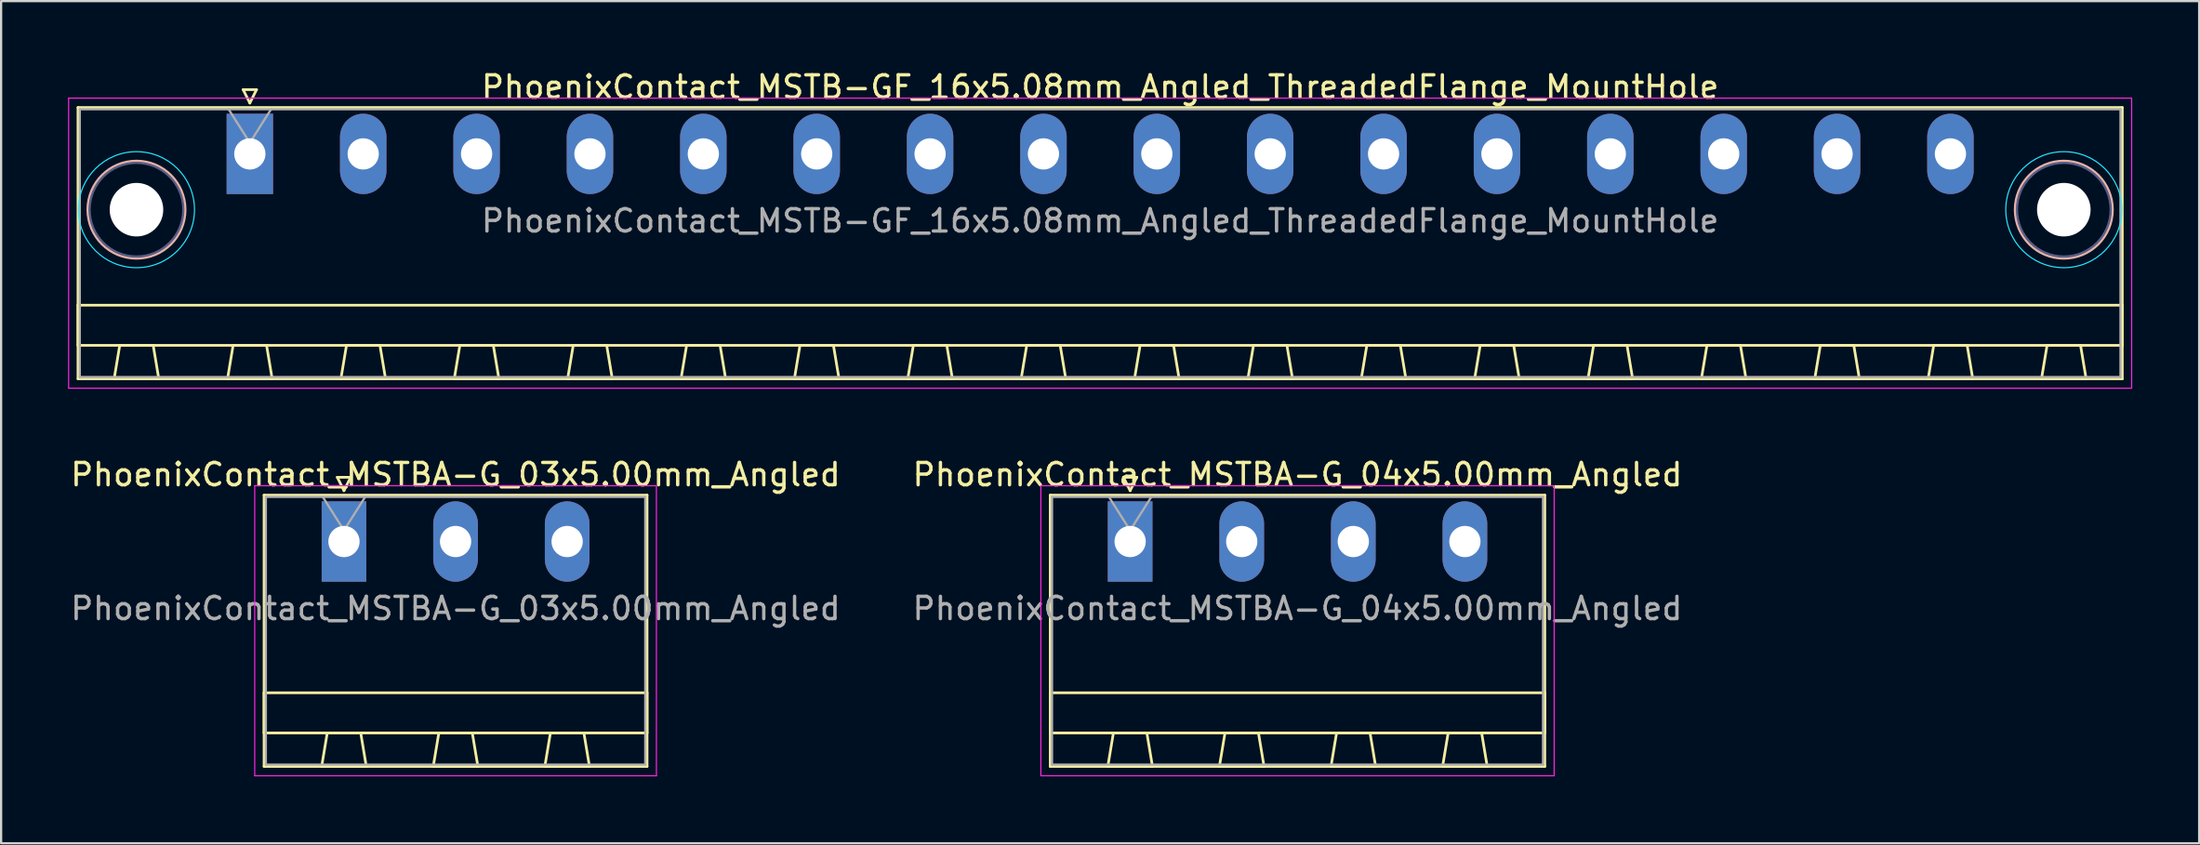
<source format=kicad_pcb>
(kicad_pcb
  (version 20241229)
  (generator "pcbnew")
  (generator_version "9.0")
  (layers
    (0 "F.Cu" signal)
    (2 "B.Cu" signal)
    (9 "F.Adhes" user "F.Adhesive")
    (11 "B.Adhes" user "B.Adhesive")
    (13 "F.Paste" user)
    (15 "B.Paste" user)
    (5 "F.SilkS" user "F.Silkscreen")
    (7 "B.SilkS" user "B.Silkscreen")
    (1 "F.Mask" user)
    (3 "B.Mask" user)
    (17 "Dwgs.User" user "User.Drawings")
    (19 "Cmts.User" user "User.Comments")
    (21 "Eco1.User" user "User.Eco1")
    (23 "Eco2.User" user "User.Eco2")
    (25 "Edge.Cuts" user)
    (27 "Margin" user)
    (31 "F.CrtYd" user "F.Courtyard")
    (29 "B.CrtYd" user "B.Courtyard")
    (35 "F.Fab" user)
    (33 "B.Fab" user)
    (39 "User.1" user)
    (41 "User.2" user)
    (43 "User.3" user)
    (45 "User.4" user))
  (footprint "PhoenixContact_MSTBA-G_03x5.00mm_Angled"
    (layer "F.Cu")
    (at 12.363 21.221)
    (property "Reference" "PhoenixContact_MSTBA-G_03x5.00mm_Angled" (at 5 -3 0) (layer "F.SilkS") (effects (font (size 1 1) (thickness 0.15))))
    (attr through_hole)
    (fp_line (start -3.58 -2.08) (end -3.58 10.08) (stroke (width 0.12) (type solid)) (layer "F.SilkS"))
    (fp_line (start -3.58 6.78) (end 13.58 6.78) (stroke (width 0.12) (type solid)) (layer "F.SilkS"))
    (fp_line (start -3.58 8.58) (end -3.58 6.78) (stroke (width 0.12) (type solid)) (layer "F.SilkS"))
    (fp_line (start -3.58 10.08) (end 13.58 10.08) (stroke (width 0.12) (type solid)) (layer "F.SilkS"))
    (fp_line (start -1 10.08) (end 1 10.08) (stroke (width 0.12) (type solid)) (layer "F.SilkS"))
    (fp_line (start -0.75 8.58) (end -1 10.08) (stroke (width 0.12) (type solid)) (layer "F.SilkS"))
    (fp_line (start -0.3 -2.88) (end 0.3 -2.88) (stroke (width 0.12) (type solid)) (layer "F.SilkS"))
    (fp_line (start 0 -2.28) (end -0.3 -2.88) (stroke (width 0.12) (type solid)) (layer "F.SilkS"))
    (fp_line (start 0.3 -2.88) (end 0 -2.28) (stroke (width 0.12) (type solid)) (layer "F.SilkS"))
    (fp_line (start 0.75 8.58) (end -0.75 8.58) (stroke (width 0.12) (type solid)) (layer "F.SilkS"))
    (fp_line (start 1 10.08) (end 0.75 8.58) (stroke (width 0.12) (type solid)) (layer "F.SilkS"))
    (fp_line (start 4 10.08) (end 6 10.08) (stroke (width 0.12) (type solid)) (layer "F.SilkS"))
    (fp_line (start 4.25 8.58) (end 4 10.08) (stroke (width 0.12) (type solid)) (layer "F.SilkS"))
    (fp_line (start 5.75 8.58) (end 4.25 8.58) (stroke (width 0.12) (type solid)) (layer "F.SilkS"))
    (fp_line (start 6 10.08) (end 5.75 8.58) (stroke (width 0.12) (type solid)) (layer "F.SilkS"))
    (fp_line (start 9 10.08) (end 11 10.08) (stroke (width 0.12) (type solid)) (layer "F.SilkS"))
    (fp_line (start 9.25 8.58) (end 9 10.08) (stroke (width 0.12) (type solid)) (layer "F.SilkS"))
    (fp_line (start 10.75 8.58) (end 9.25 8.58) (stroke (width 0.12) (type solid)) (layer "F.SilkS"))
    (fp_line (start 11 10.08) (end 10.75 8.58) (stroke (width 0.12) (type solid)) (layer "F.SilkS"))
    (fp_line (start 13.58 -2.08) (end -3.58 -2.08) (stroke (width 0.12) (type solid)) (layer "F.SilkS"))
    (fp_line (start 13.58 6.78) (end 13.58 8.58) (stroke (width 0.12) (type solid)) (layer "F.SilkS"))
    (fp_line (start 13.58 8.58) (end -3.58 8.58) (stroke (width 0.12) (type solid)) (layer "F.SilkS"))
    (fp_line (start 13.58 10.08) (end 13.58 -2.08) (stroke (width 0.12) (type solid)) (layer "F.SilkS"))
    (fp_line (start -4 -2.5) (end -4 10.5) (stroke (width 0.05) (type solid)) (layer "F.CrtYd"))
    (fp_line (start -4 10.5) (end 14 10.5) (stroke (width 0.05) (type solid)) (layer "F.CrtYd"))
    (fp_line (start 14 -2.5) (end -4 -2.5) (stroke (width 0.05) (type solid)) (layer "F.CrtYd"))
    (fp_line (start 14 10.5) (end 14 -2.5) (stroke (width 0.05) (type solid)) (layer "F.CrtYd"))
    (fp_line (start -3.5 -2) (end -3.5 10) (stroke (width 0.1) (type solid)) (layer "F.Fab"))
    (fp_line (start -3.5 10) (end 13.5 10) (stroke (width 0.1) (type solid)) (layer "F.Fab"))
    (fp_line (start 0 -0.5) (end -0.95 -2) (stroke (width 0.1) (type solid)) (layer "F.Fab"))
    (fp_line (start 0.95 -2) (end 0 -0.5) (stroke (width 0.1) (type solid)) (layer "F.Fab"))
    (fp_line (start 13.5 -2) (end -3.5 -2) (stroke (width 0.1) (type solid)) (layer "F.Fab"))
    (fp_line (start 13.5 10) (end 13.5 -2) (stroke (width 0.1) (type solid)) (layer "F.Fab"))
    (fp_text user "${REFERENCE}" (at 5 3 0) (layer "F.Fab") (effects (font (size 1 1) (thickness 0.15))))
    (pad "1" thru_hole rect (at 0 0) (size 2 3.6) (drill 1.4) (layers "*.Cu" "*.Mask"))
    (pad "2" thru_hole oval (at 5 0) (size 2 3.6) (drill 1.4) (layers "*.Cu" "*.Mask"))
    (pad "3" thru_hole oval (at 10 0) (size 2 3.6) (drill 1.4) (layers "*.Cu" "*.Mask")))
  (footprint "PhoenixContact_MSTB-GF_16x5.08mm_Angled_ThreadedFlange_MountHole"
    (layer "F.Cu")
    (at 8.145 3.848)
    (property "Reference" "PhoenixContact_MSTB-GF_16x5.08mm_Angled_ThreadedFlange_MountHole" (at 38.1 -3 0) (layer "F.SilkS") (effects (font (size 1 1) (thickness 0.15))))
    (attr through_hole)
    (fp_line (start -7.7 -2.08) (end -7.7 10.08) (stroke (width 0.12) (type solid)) (layer "F.SilkS"))
    (fp_line (start -7.7 6.78) (end 83.9 6.78) (stroke (width 0.12) (type solid)) (layer "F.SilkS"))
    (fp_line (start -7.7 8.58) (end -7.7 6.78) (stroke (width 0.12) (type solid)) (layer "F.SilkS"))
    (fp_line (start -7.7 10.08) (end 83.9 10.08) (stroke (width 0.12) (type solid)) (layer "F.SilkS"))
    (fp_line (start -6.08 10.08) (end -4.08 10.08) (stroke (width 0.12) (type solid)) (layer "F.SilkS"))
    (fp_line (start -5.83 8.58) (end -6.08 10.08) (stroke (width 0.12) (type solid)) (layer "F.SilkS"))
    (fp_line (start -4.33 8.58) (end -5.83 8.58) (stroke (width 0.12) (type solid)) (layer "F.SilkS"))
    (fp_line (start -4.08 10.08) (end -4.33 8.58) (stroke (width 0.12) (type solid)) (layer "F.SilkS"))
    (fp_line (start -1 10.08) (end 1 10.08) (stroke (width 0.12) (type solid)) (layer "F.SilkS"))
    (fp_line (start -0.75 8.58) (end -1 10.08) (stroke (width 0.12) (type solid)) (layer "F.SilkS"))
    (fp_line (start -0.3 -2.88) (end 0.3 -2.88) (stroke (width 0.12) (type solid)) (layer "F.SilkS"))
    (fp_line (start 0 -2.28) (end -0.3 -2.88) (stroke (width 0.12) (type solid)) (layer "F.SilkS"))
    (fp_line (start 0.3 -2.88) (end 0 -2.28) (stroke (width 0.12) (type solid)) (layer "F.SilkS"))
    (fp_line (start 0.75 8.58) (end -0.75 8.58) (stroke (width 0.12) (type solid)) (layer "F.SilkS"))
    (fp_line (start 1 10.08) (end 0.75 8.58) (stroke (width 0.12) (type solid)) (layer "F.SilkS"))
    (fp_line (start 4.08 10.08) (end 6.08 10.08) (stroke (width 0.12) (type solid)) (layer "F.SilkS"))
    (fp_line (start 4.33 8.58) (end 4.08 10.08) (stroke (width 0.12) (type solid)) (layer "F.SilkS"))
    (fp_line (start 5.83 8.58) (end 4.33 8.58) (stroke (width 0.12) (type solid)) (layer "F.SilkS"))
    (fp_line (start 6.08 10.08) (end 5.83 8.58) (stroke (width 0.12) (type solid)) (layer "F.SilkS"))
    (fp_line (start 9.16 10.08) (end 11.16 10.08) (stroke (width 0.12) (type solid)) (layer "F.SilkS"))
    (fp_line (start 9.41 8.58) (end 9.16 10.08) (stroke (width 0.12) (type solid)) (layer "F.SilkS"))
    (fp_line (start 10.91 8.58) (end 9.41 8.58) (stroke (width 0.12) (type solid)) (layer "F.SilkS"))
    (fp_line (start 11.16 10.08) (end 10.91 8.58) (stroke (width 0.12) (type solid)) (layer "F.SilkS"))
    (fp_line (start 14.24 10.08) (end 16.24 10.08) (stroke (width 0.12) (type solid)) (layer "F.SilkS"))
    (fp_line (start 14.49 8.58) (end 14.24 10.08) (stroke (width 0.12) (type solid)) (layer "F.SilkS"))
    (fp_line (start 15.99 8.58) (end 14.49 8.58) (stroke (width 0.12) (type solid)) (layer "F.SilkS"))
    (fp_line (start 16.24 10.08) (end 15.99 8.58) (stroke (width 0.12) (type solid)) (layer "F.SilkS"))
    (fp_line (start 19.32 10.08) (end 21.32 10.08) (stroke (width 0.12) (type solid)) (layer "F.SilkS"))
    (fp_line (start 19.57 8.58) (end 19.32 10.08) (stroke (width 0.12) (type solid)) (layer "F.SilkS"))
    (fp_line (start 21.07 8.58) (end 19.57 8.58) (stroke (width 0.12) (type solid)) (layer "F.SilkS"))
    (fp_line (start 21.32 10.08) (end 21.07 8.58) (stroke (width 0.12) (type solid)) (layer "F.SilkS"))
    (fp_line (start 24.4 10.08) (end 26.4 10.08) (stroke (width 0.12) (type solid)) (layer "F.SilkS"))
    (fp_line (start 24.65 8.58) (end 24.4 10.08) (stroke (width 0.12) (type solid)) (layer "F.SilkS"))
    (fp_line (start 26.15 8.58) (end 24.65 8.58) (stroke (width 0.12) (type solid)) (layer "F.SilkS"))
    (fp_line (start 26.4 10.08) (end 26.15 8.58) (stroke (width 0.12) (type solid)) (layer "F.SilkS"))
    (fp_line (start 29.48 10.08) (end 31.48 10.08) (stroke (width 0.12) (type solid)) (layer "F.SilkS"))
    (fp_line (start 29.73 8.58) (end 29.48 10.08) (stroke (width 0.12) (type solid)) (layer "F.SilkS"))
    (fp_line (start 31.23 8.58) (end 29.73 8.58) (stroke (width 0.12) (type solid)) (layer "F.SilkS"))
    (fp_line (start 31.48 10.08) (end 31.23 8.58) (stroke (width 0.12) (type solid)) (layer "F.SilkS"))
    (fp_line (start 34.56 10.08) (end 36.56 10.08) (stroke (width 0.12) (type solid)) (layer "F.SilkS"))
    (fp_line (start 34.81 8.58) (end 34.56 10.08) (stroke (width 0.12) (type solid)) (layer "F.SilkS"))
    (fp_line (start 36.31 8.58) (end 34.81 8.58) (stroke (width 0.12) (type solid)) (layer "F.SilkS"))
    (fp_line (start 36.56 10.08) (end 36.31 8.58) (stroke (width 0.12) (type solid)) (layer "F.SilkS"))
    (fp_line (start 39.64 10.08) (end 41.64 10.08) (stroke (width 0.12) (type solid)) (layer "F.SilkS"))
    (fp_line (start 39.89 8.58) (end 39.64 10.08) (stroke (width 0.12) (type solid)) (layer "F.SilkS"))
    (fp_line (start 41.39 8.58) (end 39.89 8.58) (stroke (width 0.12) (type solid)) (layer "F.SilkS"))
    (fp_line (start 41.64 10.08) (end 41.39 8.58) (stroke (width 0.12) (type solid)) (layer "F.SilkS"))
    (fp_line (start 44.72 10.08) (end 46.72 10.08) (stroke (width 0.12) (type solid)) (layer "F.SilkS"))
    (fp_line (start 44.97 8.58) (end 44.72 10.08) (stroke (width 0.12) (type solid)) (layer "F.SilkS"))
    (fp_line (start 46.47 8.58) (end 44.97 8.58) (stroke (width 0.12) (type solid)) (layer "F.SilkS"))
    (fp_line (start 46.72 10.08) (end 46.47 8.58) (stroke (width 0.12) (type solid)) (layer "F.SilkS"))
    (fp_line (start 49.8 10.08) (end 51.8 10.08) (stroke (width 0.12) (type solid)) (layer "F.SilkS"))
    (fp_line (start 50.05 8.58) (end 49.8 10.08) (stroke (width 0.12) (type solid)) (layer "F.SilkS"))
    (fp_line (start 51.55 8.58) (end 50.05 8.58) (stroke (width 0.12) (type solid)) (layer "F.SilkS"))
    (fp_line (start 51.8 10.08) (end 51.55 8.58) (stroke (width 0.12) (type solid)) (layer "F.SilkS"))
    (fp_line (start 54.88 10.08) (end 56.88 10.08) (stroke (width 0.12) (type solid)) (layer "F.SilkS"))
    (fp_line (start 55.13 8.58) (end 54.88 10.08) (stroke (width 0.12) (type solid)) (layer "F.SilkS"))
    (fp_line (start 56.63 8.58) (end 55.13 8.58) (stroke (width 0.12) (type solid)) (layer "F.SilkS"))
    (fp_line (start 56.88 10.08) (end 56.63 8.58) (stroke (width 0.12) (type solid)) (layer "F.SilkS"))
    (fp_line (start 59.96 10.08) (end 61.96 10.08) (stroke (width 0.12) (type solid)) (layer "F.SilkS"))
    (fp_line (start 60.21 8.58) (end 59.96 10.08) (stroke (width 0.12) (type solid)) (layer "F.SilkS"))
    (fp_line (start 61.71 8.58) (end 60.21 8.58) (stroke (width 0.12) (type solid)) (layer "F.SilkS"))
    (fp_line (start 61.96 10.08) (end 61.71 8.58) (stroke (width 0.12) (type solid)) (layer "F.SilkS"))
    (fp_line (start 65.04 10.08) (end 67.04 10.08) (stroke (width 0.12) (type solid)) (layer "F.SilkS"))
    (fp_line (start 65.29 8.58) (end 65.04 10.08) (stroke (width 0.12) (type solid)) (layer "F.SilkS"))
    (fp_line (start 66.79 8.58) (end 65.29 8.58) (stroke (width 0.12) (type solid)) (layer "F.SilkS"))
    (fp_line (start 67.04 10.08) (end 66.79 8.58) (stroke (width 0.12) (type solid)) (layer "F.SilkS"))
    (fp_line (start 70.12 10.08) (end 72.12 10.08) (stroke (width 0.12) (type solid)) (layer "F.SilkS"))
    (fp_line (start 70.37 8.58) (end 70.12 10.08) (stroke (width 0.12) (type solid)) (layer "F.SilkS"))
    (fp_line (start 71.87 8.58) (end 70.37 8.58) (stroke (width 0.12) (type solid)) (layer "F.SilkS"))
    (fp_line (start 72.12 10.08) (end 71.87 8.58) (stroke (width 0.12) (type solid)) (layer "F.SilkS"))
    (fp_line (start 75.2 10.08) (end 77.2 10.08) (stroke (width 0.12) (type solid)) (layer "F.SilkS"))
    (fp_line (start 75.45 8.58) (end 75.2 10.08) (stroke (width 0.12) (type solid)) (layer "F.SilkS"))
    (fp_line (start 76.95 8.58) (end 75.45 8.58) (stroke (width 0.12) (type solid)) (layer "F.SilkS"))
    (fp_line (start 77.2 10.08) (end 76.95 8.58) (stroke (width 0.12) (type solid)) (layer "F.SilkS"))
    (fp_line (start 80.28 10.08) (end 82.28 10.08) (stroke (width 0.12) (type solid)) (layer "F.SilkS"))
    (fp_line (start 80.53 8.58) (end 80.28 10.08) (stroke (width 0.12) (type solid)) (layer "F.SilkS"))
    (fp_line (start 82.03 8.58) (end 80.53 8.58) (stroke (width 0.12) (type solid)) (layer "F.SilkS"))
    (fp_line (start 82.28 10.08) (end 82.03 8.58) (stroke (width 0.12) (type solid)) (layer "F.SilkS"))
    (fp_line (start 83.9 -2.08) (end -7.7 -2.08) (stroke (width 0.12) (type solid)) (layer "F.SilkS"))
    (fp_line (start 83.9 6.78) (end 83.9 8.58) (stroke (width 0.12) (type solid)) (layer "F.SilkS"))
    (fp_line (start 83.9 8.58) (end -7.7 8.58) (stroke (width 0.12) (type solid)) (layer "F.SilkS"))
    (fp_line (start 83.9 10.08) (end 83.9 -2.08) (stroke (width 0.12) (type solid)) (layer "F.SilkS"))
    (fp_circle (center -5.08 2.5) (end -2.9 2.5) (stroke (width 0.12) (type solid)) (fill no) (layer "B.SilkS"))
    (fp_circle (center 81.28 2.5) (end 83.46 2.5) (stroke (width 0.12) (type solid)) (fill no) (layer "B.SilkS"))
    (fp_circle (center -5.08 2.5) (end -2.48 2.5) (stroke (width 0.05) (type solid)) (fill no) (layer "B.CrtYd"))
    (fp_circle (center 81.28 2.5) (end 83.88 2.5) (stroke (width 0.05) (type solid)) (fill no) (layer "B.CrtYd"))
    (fp_line (start -8.12 -2.5) (end -8.12 10.5) (stroke (width 0.05) (type solid)) (layer "F.CrtYd"))
    (fp_line (start -8.12 10.5) (end 84.32 10.5) (stroke (width 0.05) (type solid)) (layer "F.CrtYd"))
    (fp_line (start 84.32 -2.5) (end -8.12 -2.5) (stroke (width 0.05) (type solid)) (layer "F.CrtYd"))
    (fp_line (start 84.32 10.5) (end 84.32 -2.5) (stroke (width 0.05) (type solid)) (layer "F.CrtYd"))
    (fp_circle (center -5.08 2.5) (end -2.98 2.5) (stroke (width 0.1) (type solid)) (fill no) (layer "B.Fab"))
    (fp_circle (center 81.28 2.5) (end 83.38 2.5) (stroke (width 0.1) (type solid)) (fill no) (layer "B.Fab"))
    (fp_line (start -7.62 -2) (end -7.62 10) (stroke (width 0.1) (type solid)) (layer "F.Fab"))
    (fp_line (start -7.62 10) (end 83.82 10) (stroke (width 0.1) (type solid)) (layer "F.Fab"))
    (fp_line (start 0 -0.5) (end -0.95 -2) (stroke (width 0.1) (type solid)) (layer "F.Fab"))
    (fp_line (start 0.95 -2) (end 0 -0.5) (stroke (width 0.1) (type solid)) (layer "F.Fab"))
    (fp_line (start 83.82 -2) (end -7.62 -2) (stroke (width 0.1) (type solid)) (layer "F.Fab"))
    (fp_line (start 83.82 10) (end 83.82 -2) (stroke (width 0.1) (type solid)) (layer "F.Fab"))
    (fp_text user "${REFERENCE}" (at 38.1 3 0) (layer "F.Fab") (effects (font (size 1 1) (thickness 0.15))))
    (pad "" np_thru_hole circle (at -5.08 2.5) (size 2.4 2.4) (drill 2.4) (layers "*.Cu" "*.Mask"))
    (pad "" np_thru_hole circle (at 81.28 2.5) (size 2.4 2.4) (drill 2.4) (layers "*.Cu" "*.Mask"))
    (pad "1" thru_hole rect (at 0 0) (size 2.08 3.6) (drill 1.4) (layers "*.Cu" "*.Mask"))
    (pad "2" thru_hole oval (at 5.08 0) (size 2.08 3.6) (drill 1.4) (layers "*.Cu" "*.Mask"))
    (pad "3" thru_hole oval (at 10.16 0) (size 2.08 3.6) (drill 1.4) (layers "*.Cu" "*.Mask"))
    (pad "4" thru_hole oval (at 15.24 0) (size 2.08 3.6) (drill 1.4) (layers "*.Cu" "*.Mask"))
    (pad "5" thru_hole oval (at 20.32 0) (size 2.08 3.6) (drill 1.4) (layers "*.Cu" "*.Mask"))
    (pad "6" thru_hole oval (at 25.4 0) (size 2.08 3.6) (drill 1.4) (layers "*.Cu" "*.Mask"))
    (pad "7" thru_hole oval (at 30.48 0) (size 2.08 3.6) (drill 1.4) (layers "*.Cu" "*.Mask"))
    (pad "8" thru_hole oval (at 35.56 0) (size 2.08 3.6) (drill 1.4) (layers "*.Cu" "*.Mask"))
    (pad "9" thru_hole oval (at 40.64 0) (size 2.08 3.6) (drill 1.4) (layers "*.Cu" "*.Mask"))
    (pad "10" thru_hole oval (at 45.72 0) (size 2.08 3.6) (drill 1.4) (layers "*.Cu" "*.Mask"))
    (pad "11" thru_hole oval (at 50.8 0) (size 2.08 3.6) (drill 1.4) (layers "*.Cu" "*.Mask"))
    (pad "12" thru_hole oval (at 55.88 0) (size 2.08 3.6) (drill 1.4) (layers "*.Cu" "*.Mask"))
    (pad "13" thru_hole oval (at 60.96 0) (size 2.08 3.6) (drill 1.4) (layers "*.Cu" "*.Mask"))
    (pad "14" thru_hole oval (at 66.04 0) (size 2.08 3.6) (drill 1.4) (layers "*.Cu" "*.Mask"))
    (pad "15" thru_hole oval (at 71.12 0) (size 2.08 3.6) (drill 1.4) (layers "*.Cu" "*.Mask"))
    (pad "16" thru_hole oval (at 76.2 0) (size 2.08 3.6) (drill 1.4) (layers "*.Cu" "*.Mask")))
  (footprint "PhoenixContact_MSTBA-G_04x5.00mm_Angled"
    (layer "F.Cu")
    (at 47.589 21.221)
    (property "Reference" "PhoenixContact_MSTBA-G_04x5.00mm_Angled" (at 7.5 -3 0) (layer "F.SilkS") (effects (font (size 1 1) (thickness 0.15))))
    (attr through_hole)
    (fp_line (start -3.58 -2.08) (end -3.58 10.08) (stroke (width 0.12) (type solid)) (layer "F.SilkS"))
    (fp_line (start -3.58 6.78) (end 18.58 6.78) (stroke (width 0.12) (type solid)) (layer "F.SilkS"))
    (fp_line (start -3.58 8.58) (end -3.58 6.78) (stroke (width 0.12) (type solid)) (layer "F.SilkS"))
    (fp_line (start -3.58 10.08) (end 18.58 10.08) (stroke (width 0.12) (type solid)) (layer "F.SilkS"))
    (fp_line (start -1 10.08) (end 1 10.08) (stroke (width 0.12) (type solid)) (layer "F.SilkS"))
    (fp_line (start -0.75 8.58) (end -1 10.08) (stroke (width 0.12) (type solid)) (layer "F.SilkS"))
    (fp_line (start -0.3 -2.88) (end 0.3 -2.88) (stroke (width 0.12) (type solid)) (layer "F.SilkS"))
    (fp_line (start 0 -2.28) (end -0.3 -2.88) (stroke (width 0.12) (type solid)) (layer "F.SilkS"))
    (fp_line (start 0.3 -2.88) (end 0 -2.28) (stroke (width 0.12) (type solid)) (layer "F.SilkS"))
    (fp_line (start 0.75 8.58) (end -0.75 8.58) (stroke (width 0.12) (type solid)) (layer "F.SilkS"))
    (fp_line (start 1 10.08) (end 0.75 8.58) (stroke (width 0.12) (type solid)) (layer "F.SilkS"))
    (fp_line (start 4 10.08) (end 6 10.08) (stroke (width 0.12) (type solid)) (layer "F.SilkS"))
    (fp_line (start 4.25 8.58) (end 4 10.08) (stroke (width 0.12) (type solid)) (layer "F.SilkS"))
    (fp_line (start 5.75 8.58) (end 4.25 8.58) (stroke (width 0.12) (type solid)) (layer "F.SilkS"))
    (fp_line (start 6 10.08) (end 5.75 8.58) (stroke (width 0.12) (type solid)) (layer "F.SilkS"))
    (fp_line (start 9 10.08) (end 11 10.08) (stroke (width 0.12) (type solid)) (layer "F.SilkS"))
    (fp_line (start 9.25 8.58) (end 9 10.08) (stroke (width 0.12) (type solid)) (layer "F.SilkS"))
    (fp_line (start 10.75 8.58) (end 9.25 8.58) (stroke (width 0.12) (type solid)) (layer "F.SilkS"))
    (fp_line (start 11 10.08) (end 10.75 8.58) (stroke (width 0.12) (type solid)) (layer "F.SilkS"))
    (fp_line (start 14 10.08) (end 16 10.08) (stroke (width 0.12) (type solid)) (layer "F.SilkS"))
    (fp_line (start 14.25 8.58) (end 14 10.08) (stroke (width 0.12) (type solid)) (layer "F.SilkS"))
    (fp_line (start 15.75 8.58) (end 14.25 8.58) (stroke (width 0.12) (type solid)) (layer "F.SilkS"))
    (fp_line (start 16 10.08) (end 15.75 8.58) (stroke (width 0.12) (type solid)) (layer "F.SilkS"))
    (fp_line (start 18.58 -2.08) (end -3.58 -2.08) (stroke (width 0.12) (type solid)) (layer "F.SilkS"))
    (fp_line (start 18.58 6.78) (end 18.58 8.58) (stroke (width 0.12) (type solid)) (layer "F.SilkS"))
    (fp_line (start 18.58 8.58) (end -3.58 8.58) (stroke (width 0.12) (type solid)) (layer "F.SilkS"))
    (fp_line (start 18.58 10.08) (end 18.58 -2.08) (stroke (width 0.12) (type solid)) (layer "F.SilkS"))
    (fp_line (start -4 -2.5) (end -4 10.5) (stroke (width 0.05) (type solid)) (layer "F.CrtYd"))
    (fp_line (start -4 10.5) (end 19 10.5) (stroke (width 0.05) (type solid)) (layer "F.CrtYd"))
    (fp_line (start 19 -2.5) (end -4 -2.5) (stroke (width 0.05) (type solid)) (layer "F.CrtYd"))
    (fp_line (start 19 10.5) (end 19 -2.5) (stroke (width 0.05) (type solid)) (layer "F.CrtYd"))
    (fp_line (start -3.5 -2) (end -3.5 10) (stroke (width 0.1) (type solid)) (layer "F.Fab"))
    (fp_line (start -3.5 10) (end 18.5 10) (stroke (width 0.1) (type solid)) (layer "F.Fab"))
    (fp_line (start 0 -0.5) (end -0.95 -2) (stroke (width 0.1) (type solid)) (layer "F.Fab"))
    (fp_line (start 0.95 -2) (end 0 -0.5) (stroke (width 0.1) (type solid)) (layer "F.Fab"))
    (fp_line (start 18.5 -2) (end -3.5 -2) (stroke (width 0.1) (type solid)) (layer "F.Fab"))
    (fp_line (start 18.5 10) (end 18.5 -2) (stroke (width 0.1) (type solid)) (layer "F.Fab"))
    (fp_text user "${REFERENCE}" (at 7.5 3 0) (layer "F.Fab") (effects (font (size 1 1) (thickness 0.15))))
    (pad "1" thru_hole rect (at 0 0) (size 2 3.6) (drill 1.4) (layers "*.Cu" "*.Mask"))
    (pad "2" thru_hole oval (at 5 0) (size 2 3.6) (drill 1.4) (layers "*.Cu" "*.Mask"))
    (pad "3" thru_hole oval (at 10 0) (size 2 3.6) (drill 1.4) (layers "*.Cu" "*.Mask"))
    (pad "4" thru_hole oval (at 15 0) (size 2 3.6) (drill 1.4) (layers "*.Cu" "*.Mask")))
  (gr_rect
    (start -3 -3)
    (end 95.49 34.746)
    (stroke (width 0.1) (type default))
    (fill no)
    (layer "Edge.Cuts")))
</source>
